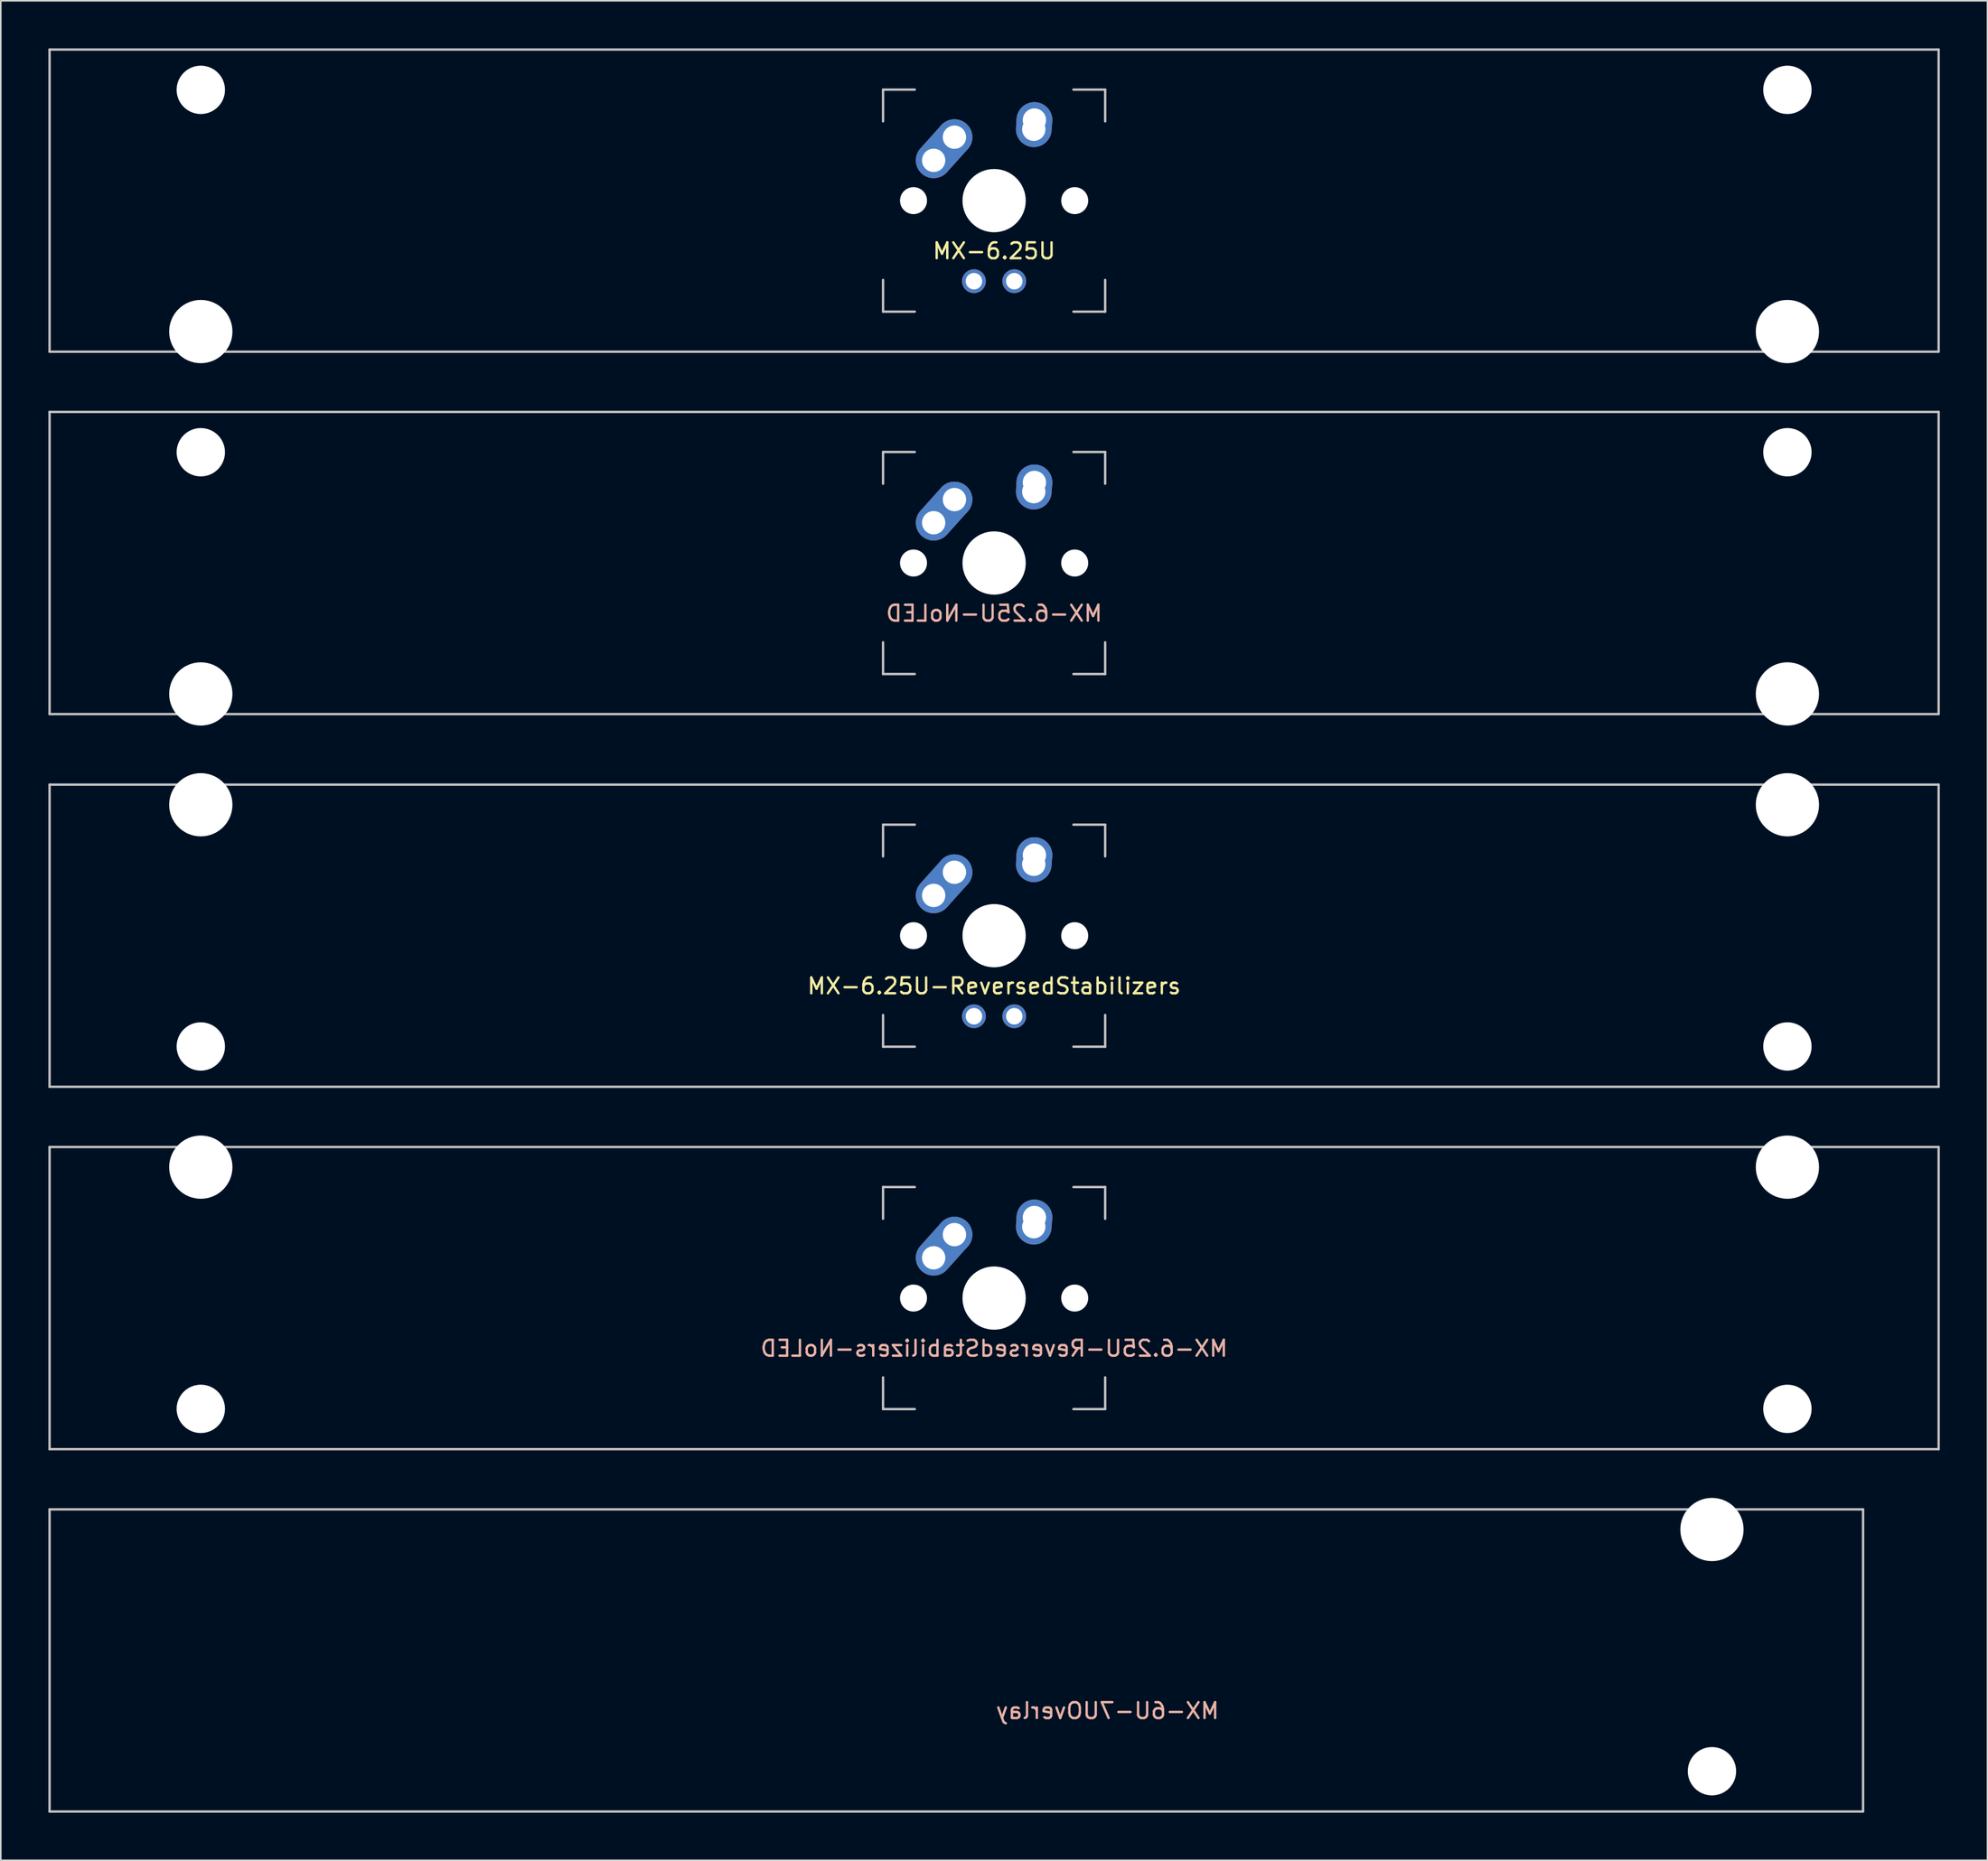
<source format=kicad_pcb>
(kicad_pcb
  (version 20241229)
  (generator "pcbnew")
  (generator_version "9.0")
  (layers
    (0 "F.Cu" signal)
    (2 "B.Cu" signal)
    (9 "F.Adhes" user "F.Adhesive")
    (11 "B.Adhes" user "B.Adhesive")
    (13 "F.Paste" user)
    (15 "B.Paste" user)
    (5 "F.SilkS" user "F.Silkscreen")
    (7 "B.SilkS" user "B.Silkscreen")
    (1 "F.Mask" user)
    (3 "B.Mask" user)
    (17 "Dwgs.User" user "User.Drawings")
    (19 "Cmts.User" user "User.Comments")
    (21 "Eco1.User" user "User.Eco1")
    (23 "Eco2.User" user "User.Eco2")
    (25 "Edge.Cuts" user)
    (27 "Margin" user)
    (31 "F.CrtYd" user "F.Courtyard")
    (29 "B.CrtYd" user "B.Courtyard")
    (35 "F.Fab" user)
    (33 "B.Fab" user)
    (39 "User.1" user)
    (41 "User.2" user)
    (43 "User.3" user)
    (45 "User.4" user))
  (footprint "MX-6U-7UOverlay"
    (layer "F.Cu")
    (at 57.225 101.644)
    (property "Reference" "MX-6U-7UOverlay" (at 9.525 3.175 0) (layer "B.SilkS") (effects (font (size 1 1) (thickness 0.15)) (justify mirror)))
    (attr through_hole)
    (fp_line (start -57.15 -9.525) (end 57.15 -9.525) (stroke (width 0.15) (type solid)) (layer "Dwgs.User"))
    (fp_line (start -57.15 9.525) (end -57.15 -9.525) (stroke (width 0.15) (type solid)) (layer "Dwgs.User"))
    (fp_line (start -57.15 9.525) (end 57.15 9.525) (stroke (width 0.15) (type solid)) (layer "Dwgs.User"))
    (fp_line (start 57.15 -9.525) (end 57.15 9.525) (stroke (width 0.15) (type solid)) (layer "Dwgs.User"))
    (pad "" np_thru_hole circle (at 47.625 -8.255) (size 3.988 3.988) (drill 3.988) (layers "*.Cu" "*.Mask"))
    (pad "" np_thru_hole circle (at 47.625 6.985) (size 3.048 3.048) (drill 3.048) (layers "*.Cu" "*.Mask")))
  (footprint "MX-6.25U-ReversedStabilizers-NoLED"
    (layer "F.Cu")
    (at 59.606 78.796)
    (property "Reference" "MX-6.25U-ReversedStabilizers-NoLED" (at 0 3.175 0) (layer "B.SilkS") (effects (font (size 1 1) (thickness 0.15)) (justify mirror)))
    (attr through_hole)
    (fp_line (start -59.531 -9.525) (end 59.531 -9.525) (stroke (width 0.15) (type solid)) (layer "Dwgs.User"))
    (fp_line (start -59.531 9.525) (end -59.531 -9.525) (stroke (width 0.15) (type solid)) (layer "Dwgs.User"))
    (fp_line (start -59.531 9.525) (end 59.531 9.525) (stroke (width 0.15) (type solid)) (layer "Dwgs.User"))
    (fp_line (start -7 -7) (end -7 -5) (stroke (width 0.15) (type solid)) (layer "Dwgs.User"))
    (fp_line (start -7 5) (end -7 7) (stroke (width 0.15) (type solid)) (layer "Dwgs.User"))
    (fp_line (start -7 7) (end -5 7) (stroke (width 0.15) (type solid)) (layer "Dwgs.User"))
    (fp_line (start -5 -7) (end -7 -7) (stroke (width 0.15) (type solid)) (layer "Dwgs.User"))
    (fp_line (start 5 -7) (end 7 -7) (stroke (width 0.15) (type solid)) (layer "Dwgs.User"))
    (fp_line (start 5 7) (end 7 7) (stroke (width 0.15) (type solid)) (layer "Dwgs.User"))
    (fp_line (start 7 -7) (end 7 -5) (stroke (width 0.15) (type solid)) (layer "Dwgs.User"))
    (fp_line (start 7 7) (end 7 5) (stroke (width 0.15) (type solid)) (layer "Dwgs.User"))
    (fp_line (start 59.531 -9.525) (end 59.531 9.525) (stroke (width 0.15) (type solid)) (layer "Dwgs.User"))
    (pad "" np_thru_hole circle (at -50 -8.255) (size 3.988 3.988) (drill 3.988) (layers "*.Cu" "*.Mask"))
    (pad "" np_thru_hole circle (at -50 6.985) (size 3.048 3.048) (drill 3.048) (layers "*.Cu" "*.Mask"))
    (pad "" np_thru_hole circle (at -5.08 0 48.1) (size 1.702 1.702) (drill 1.702) (layers "*.Cu" "*.Mask"))
    (pad "" np_thru_hole circle (at 0 0) (size 3.988 3.988) (drill 3.988) (layers "*.Cu" "*.Mask"))
    (pad "" np_thru_hole circle (at 5.08 0 48.1) (size 1.702 1.702) (drill 1.702) (layers "*.Cu" "*.Mask"))
    (pad "" np_thru_hole circle (at 50 -8.255) (size 3.988 3.988) (drill 3.988) (layers "*.Cu" "*.Mask"))
    (pad "" np_thru_hole circle (at 50 6.985) (size 3.048 3.048) (drill 3.048) (layers "*.Cu" "*.Mask"))
    (pad "1" thru_hole oval (at -3.81 -2.54 48.1) (size 4.212 2.25) (drill 1.47 (offset 0.981 0)) (layers "*.Cu" "*.Mask"))
    (pad "1" thru_hole circle (at -2.5 -4) (size 2.25 2.25) (drill 1.47) (layers "*.Cu" "*.Mask"))
    (pad "2" thru_hole oval (at 2.5 -4.5 86.055) (size 2.831 2.25) (drill 1.47 (offset 0.291 0)) (layers "*.Cu" "*.Mask"))
    (pad "2" thru_hole circle (at 2.54 -5.08) (size 2.25 2.25) (drill 1.47) (layers "*.Cu" "*.Mask")))
  (footprint "MX-6.25U-NoLED"
    (layer "F.Cu")
    (at 59.606 32.449)
    (property "Reference" "MX-6.25U-NoLED" (at 0 3.175 0) (layer "B.SilkS") (effects (font (size 1 1) (thickness 0.15)) (justify mirror)))
    (attr through_hole)
    (fp_line (start -59.531 -9.525) (end 59.531 -9.525) (stroke (width 0.15) (type solid)) (layer "Dwgs.User"))
    (fp_line (start -59.531 9.525) (end -59.531 -9.525) (stroke (width 0.15) (type solid)) (layer "Dwgs.User"))
    (fp_line (start -59.531 9.525) (end 59.531 9.525) (stroke (width 0.15) (type solid)) (layer "Dwgs.User"))
    (fp_line (start -7 -7) (end -7 -5) (stroke (width 0.15) (type solid)) (layer "Dwgs.User"))
    (fp_line (start -7 5) (end -7 7) (stroke (width 0.15) (type solid)) (layer "Dwgs.User"))
    (fp_line (start -7 7) (end -5 7) (stroke (width 0.15) (type solid)) (layer "Dwgs.User"))
    (fp_line (start -5 -7) (end -7 -7) (stroke (width 0.15) (type solid)) (layer "Dwgs.User"))
    (fp_line (start 5 -7) (end 7 -7) (stroke (width 0.15) (type solid)) (layer "Dwgs.User"))
    (fp_line (start 5 7) (end 7 7) (stroke (width 0.15) (type solid)) (layer "Dwgs.User"))
    (fp_line (start 7 -7) (end 7 -5) (stroke (width 0.15) (type solid)) (layer "Dwgs.User"))
    (fp_line (start 7 7) (end 7 5) (stroke (width 0.15) (type solid)) (layer "Dwgs.User"))
    (fp_line (start 59.531 -9.525) (end 59.531 9.525) (stroke (width 0.15) (type solid)) (layer "Dwgs.User"))
    (pad "" np_thru_hole circle (at -50 -6.985) (size 3.048 3.048) (drill 3.048) (layers "*.Cu" "*.Mask"))
    (pad "" np_thru_hole circle (at -50 8.255) (size 3.988 3.988) (drill 3.988) (layers "*.Cu" "*.Mask"))
    (pad "" np_thru_hole circle (at -5.08 0 48.1) (size 1.702 1.702) (drill 1.702) (layers "*.Cu" "*.Mask"))
    (pad "" np_thru_hole circle (at 0 0) (size 3.988 3.988) (drill 3.988) (layers "*.Cu" "*.Mask"))
    (pad "" np_thru_hole circle (at 5.08 0 48.1) (size 1.702 1.702) (drill 1.702) (layers "*.Cu" "*.Mask"))
    (pad "" np_thru_hole circle (at 50 -6.985) (size 3.048 3.048) (drill 3.048) (layers "*.Cu" "*.Mask"))
    (pad "" np_thru_hole circle (at 50 8.255) (size 3.988 3.988) (drill 3.988) (layers "*.Cu" "*.Mask"))
    (pad "1" thru_hole oval (at -3.81 -2.54 48.1) (size 4.212 2.25) (drill 1.47 (offset 0.981 0)) (layers "*.Cu" "*.Mask"))
    (pad "1" thru_hole circle (at -2.5 -4) (size 2.25 2.25) (drill 1.47) (layers "*.Cu" "*.Mask"))
    (pad "2" thru_hole oval (at 2.5 -4.5 86.055) (size 2.831 2.25) (drill 1.47 (offset 0.291 0)) (layers "*.Cu" "*.Mask"))
    (pad "2" thru_hole circle (at 2.54 -5.08) (size 2.25 2.25) (drill 1.47) (layers "*.Cu" "*.Mask")))
  (footprint "MX-6.25U"
    (layer "F.Cu")
    (at 59.606 9.6)
    (property "Reference" "MX-6.25U" (at 0 3.175 0) (layer "F.SilkS") (effects (font (size 1 1) (thickness 0.15))))
    (attr through_hole)
    (fp_line (start -59.531 -9.525) (end 59.531 -9.525) (stroke (width 0.15) (type solid)) (layer "Dwgs.User"))
    (fp_line (start -59.531 9.525) (end -59.531 -9.525) (stroke (width 0.15) (type solid)) (layer "Dwgs.User"))
    (fp_line (start -59.531 9.525) (end 59.531 9.525) (stroke (width 0.15) (type solid)) (layer "Dwgs.User"))
    (fp_line (start -7 -7) (end -7 -5) (stroke (width 0.15) (type solid)) (layer "Dwgs.User"))
    (fp_line (start -7 5) (end -7 7) (stroke (width 0.15) (type solid)) (layer "Dwgs.User"))
    (fp_line (start -7 7) (end -5 7) (stroke (width 0.15) (type solid)) (layer "Dwgs.User"))
    (fp_line (start -5 -7) (end -7 -7) (stroke (width 0.15) (type solid)) (layer "Dwgs.User"))
    (fp_line (start 5 -7) (end 7 -7) (stroke (width 0.15) (type solid)) (layer "Dwgs.User"))
    (fp_line (start 5 7) (end 7 7) (stroke (width 0.15) (type solid)) (layer "Dwgs.User"))
    (fp_line (start 7 -7) (end 7 -5) (stroke (width 0.15) (type solid)) (layer "Dwgs.User"))
    (fp_line (start 7 7) (end 7 5) (stroke (width 0.15) (type solid)) (layer "Dwgs.User"))
    (fp_line (start 59.531 -9.525) (end 59.531 9.525) (stroke (width 0.15) (type solid)) (layer "Dwgs.User"))
    (pad "" np_thru_hole circle (at -50 -6.985) (size 3.048 3.048) (drill 3.048) (layers "*.Cu" "*.Mask"))
    (pad "" np_thru_hole circle (at -50 8.255) (size 3.988 3.988) (drill 3.988) (layers "*.Cu" "*.Mask"))
    (pad "" np_thru_hole circle (at -5.08 0 48.1) (size 1.702 1.702) (drill 1.702) (layers "*.Cu" "*.Mask"))
    (pad "" np_thru_hole circle (at 0 0) (size 3.988 3.988) (drill 3.988) (layers "*.Cu" "*.Mask"))
    (pad "" np_thru_hole circle (at 5.08 0 48.1) (size 1.702 1.702) (drill 1.702) (layers "*.Cu" "*.Mask"))
    (pad "" np_thru_hole circle (at 50 -6.985) (size 3.048 3.048) (drill 3.048) (layers "*.Cu" "*.Mask"))
    (pad "" np_thru_hole circle (at 50 8.255) (size 3.988 3.988) (drill 3.988) (layers "*.Cu" "*.Mask"))
    (pad "1" thru_hole oval (at -3.81 -2.54 48.1) (size 4.212 2.25) (drill 1.47 (offset 0.981 0)) (layers "*.Cu" "*.Mask"))
    (pad "1" thru_hole circle (at -2.5 -4) (size 2.25 2.25) (drill 1.47) (layers "*.Cu" "*.Mask"))
    (pad "2" thru_hole oval (at 2.5 -4.5 86.055) (size 2.831 2.25) (drill 1.47 (offset 0.291 0)) (layers "*.Cu" "*.Mask"))
    (pad "2" thru_hole circle (at 2.54 -5.08) (size 2.25 2.25) (drill 1.47) (layers "*.Cu" "*.Mask"))
    (pad "3" thru_hole circle (at -1.27 5.08) (size 1.5 1.5) (drill 1.04) (layers "*.Cu" "*.Mask"))
    (pad "4" thru_hole circle (at 1.27 5.08) (size 1.5 1.5) (drill 1.04) (layers "*.Cu" "*.Mask")))
  (footprint "MX-6.25U-ReversedStabilizers"
    (layer "F.Cu")
    (at 59.606 55.947)
    (property "Reference" "MX-6.25U-ReversedStabilizers" (at 0 3.175 0) (layer "F.SilkS") (effects (font (size 1 1) (thickness 0.15))))
    (attr through_hole)
    (fp_line (start -59.531 -9.525) (end 59.531 -9.525) (stroke (width 0.15) (type solid)) (layer "Dwgs.User"))
    (fp_line (start -59.531 9.525) (end -59.531 -9.525) (stroke (width 0.15) (type solid)) (layer "Dwgs.User"))
    (fp_line (start -59.531 9.525) (end 59.531 9.525) (stroke (width 0.15) (type solid)) (layer "Dwgs.User"))
    (fp_line (start -7 -7) (end -7 -5) (stroke (width 0.15) (type solid)) (layer "Dwgs.User"))
    (fp_line (start -7 5) (end -7 7) (stroke (width 0.15) (type solid)) (layer "Dwgs.User"))
    (fp_line (start -7 7) (end -5 7) (stroke (width 0.15) (type solid)) (layer "Dwgs.User"))
    (fp_line (start -5 -7) (end -7 -7) (stroke (width 0.15) (type solid)) (layer "Dwgs.User"))
    (fp_line (start 5 -7) (end 7 -7) (stroke (width 0.15) (type solid)) (layer "Dwgs.User"))
    (fp_line (start 5 7) (end 7 7) (stroke (width 0.15) (type solid)) (layer "Dwgs.User"))
    (fp_line (start 7 -7) (end 7 -5) (stroke (width 0.15) (type solid)) (layer "Dwgs.User"))
    (fp_line (start 7 7) (end 7 5) (stroke (width 0.15) (type solid)) (layer "Dwgs.User"))
    (fp_line (start 59.531 -9.525) (end 59.531 9.525) (stroke (width 0.15) (type solid)) (layer "Dwgs.User"))
    (pad "" np_thru_hole circle (at -50 -8.255) (size 3.988 3.988) (drill 3.988) (layers "*.Cu" "*.Mask"))
    (pad "" np_thru_hole circle (at -50 6.985) (size 3.048 3.048) (drill 3.048) (layers "*.Cu" "*.Mask"))
    (pad "" np_thru_hole circle (at -5.08 0 48.1) (size 1.702 1.702) (drill 1.702) (layers "*.Cu" "*.Mask"))
    (pad "" np_thru_hole circle (at 0 0) (size 3.988 3.988) (drill 3.988) (layers "*.Cu" "*.Mask"))
    (pad "" np_thru_hole circle (at 5.08 0 48.1) (size 1.702 1.702) (drill 1.702) (layers "*.Cu" "*.Mask"))
    (pad "" np_thru_hole circle (at 50 -8.255) (size 3.988 3.988) (drill 3.988) (layers "*.Cu" "*.Mask"))
    (pad "" np_thru_hole circle (at 50 6.985) (size 3.048 3.048) (drill 3.048) (layers "*.Cu" "*.Mask"))
    (pad "1" thru_hole oval (at -3.81 -2.54 48.1) (size 4.212 2.25) (drill 1.47 (offset 0.981 0)) (layers "*.Cu" "*.Mask"))
    (pad "1" thru_hole circle (at -2.5 -4) (size 2.25 2.25) (drill 1.47) (layers "*.Cu" "*.Mask"))
    (pad "2" thru_hole oval (at 2.5 -4.5 86.055) (size 2.831 2.25) (drill 1.47 (offset 0.291 0)) (layers "*.Cu" "*.Mask"))
    (pad "2" thru_hole circle (at 2.54 -5.08) (size 2.25 2.25) (drill 1.47) (layers "*.Cu" "*.Mask"))
    (pad "3" thru_hole circle (at -1.27 5.08) (size 1.5 1.5) (drill 1.04) (layers "*.Cu" "*.Mask"))
    (pad "4" thru_hole circle (at 1.27 5.08) (size 1.5 1.5) (drill 1.04) (layers "*.Cu" "*.Mask")))
  (gr_rect
    (start -3 -3)
    (end 122.213 114.245)
    (stroke (width 0.1) (type default))
    (fill no)
    (layer "Edge.Cuts")))
</source>
